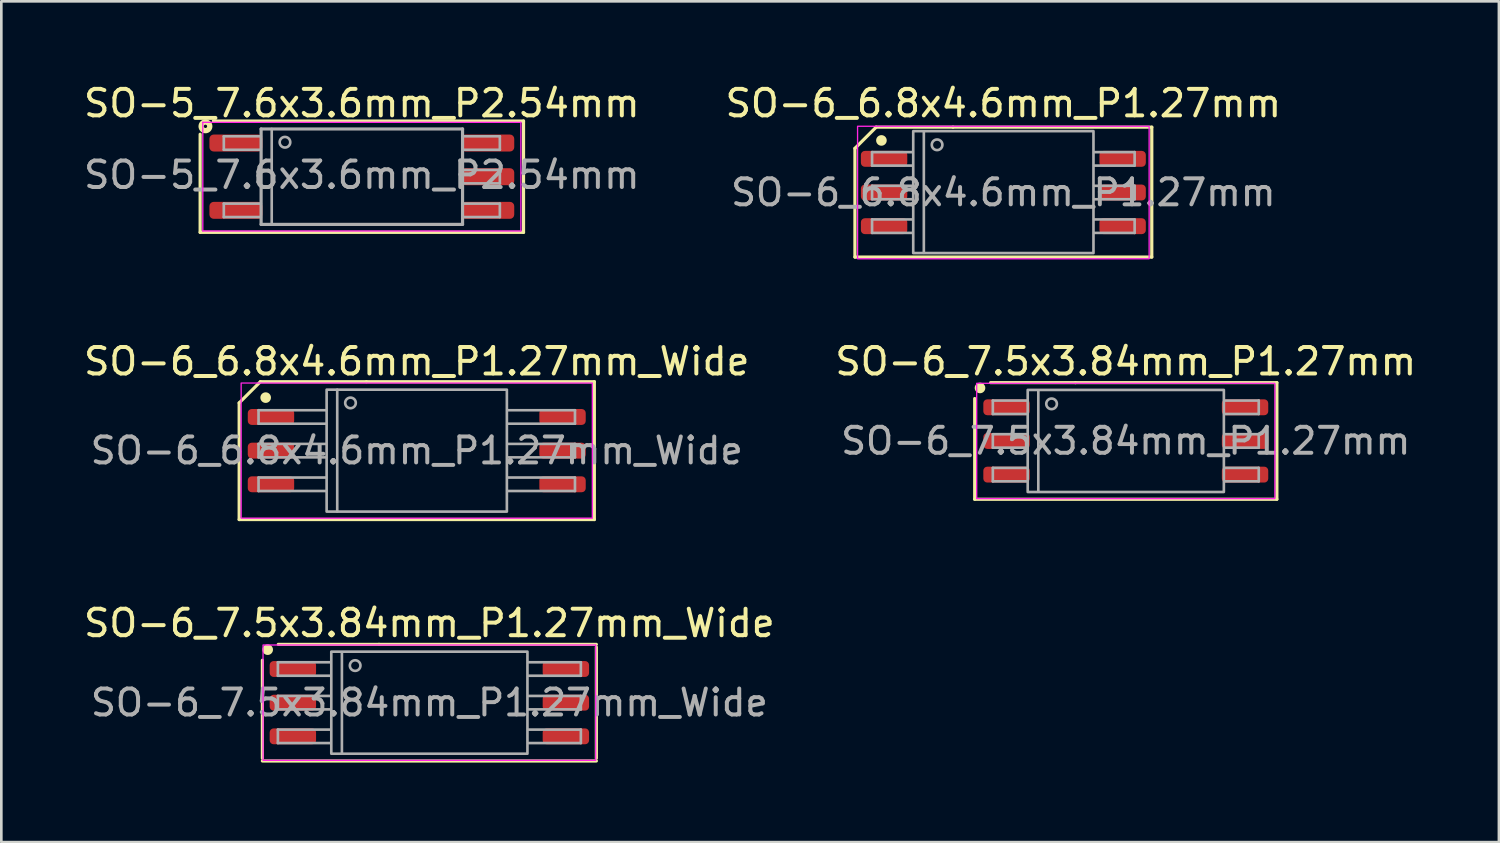
<source format=kicad_pcb>
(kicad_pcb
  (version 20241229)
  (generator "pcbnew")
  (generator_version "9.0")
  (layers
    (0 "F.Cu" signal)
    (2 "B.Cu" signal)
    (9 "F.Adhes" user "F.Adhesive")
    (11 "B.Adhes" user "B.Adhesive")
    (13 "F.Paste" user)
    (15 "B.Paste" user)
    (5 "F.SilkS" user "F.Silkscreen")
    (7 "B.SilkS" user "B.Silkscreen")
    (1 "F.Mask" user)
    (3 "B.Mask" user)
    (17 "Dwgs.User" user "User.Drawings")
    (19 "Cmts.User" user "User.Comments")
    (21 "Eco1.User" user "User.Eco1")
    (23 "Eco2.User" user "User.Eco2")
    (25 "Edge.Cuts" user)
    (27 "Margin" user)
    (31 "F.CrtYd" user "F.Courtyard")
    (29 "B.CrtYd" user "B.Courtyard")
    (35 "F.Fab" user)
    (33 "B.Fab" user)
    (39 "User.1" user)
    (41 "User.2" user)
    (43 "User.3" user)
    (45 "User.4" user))
  (footprint "SO-5_7.6x3.6mm_P2.54mm"
    (layer "F.Cu")
    (at 10.601 3.616)
    (property "Reference" "SO-5_7.6x3.6mm_P2.54mm" (at 0 -2.768 0) (layer "F.SilkS") (effects (font (size 1 1) (thickness 0.15))))
    (attr smd)
    (fp_line (start -6.1 -1.6) (end -6.1 2.1) (stroke (width 0.12) (type solid)) (layer "F.SilkS"))
    (fp_line (start -6.1 2.1) (end 6.1 2.1) (stroke (width 0.12) (type solid)) (layer "F.SilkS"))
    (fp_line (start 6.1 -2.1) (end -5.6 -2.1) (stroke (width 0.12) (type solid)) (layer "F.SilkS"))
    (fp_line (start 6.1 2.1) (end 6.1 -2.1) (stroke (width 0.12) (type solid)) (layer "F.SilkS"))
    (fp_circle (center -5.9 -1.9) (end -5.837 -1.9) (stroke (width 0.2) (type solid)) (fill no) (layer "F.SilkS"))
    (fp_line (start -6 -2.05) (end -6 2.05) (stroke (width 0.05) (type solid)) (layer "F.CrtYd"))
    (fp_line (start -6 -2.05) (end 6 -2.05) (stroke (width 0.05) (type solid)) (layer "F.CrtYd"))
    (fp_line (start 6 2.05) (end -6 2.05) (stroke (width 0.05) (type solid)) (layer "F.CrtYd"))
    (fp_line (start 6 2.05) (end 6 -2.05) (stroke (width 0.05) (type solid)) (layer "F.CrtYd"))
    (fp_line (start -5.207 -1.524) (end -5.207 -1.016) (stroke (width 0.1) (type solid)) (layer "F.Fab"))
    (fp_line (start -5.207 -1.524) (end -3.81 -1.524) (stroke (width 0.1) (type solid)) (layer "F.Fab"))
    (fp_line (start -5.207 -1.016) (end -3.81 -1.016) (stroke (width 0.1) (type solid)) (layer "F.Fab"))
    (fp_line (start -5.207 1.016) (end -5.207 1.524) (stroke (width 0.1) (type solid)) (layer "F.Fab"))
    (fp_line (start -5.207 1.016) (end -3.81 1.016) (stroke (width 0.1) (type solid)) (layer "F.Fab"))
    (fp_line (start -5.207 1.524) (end -3.81 1.524) (stroke (width 0.1) (type solid)) (layer "F.Fab"))
    (fp_line (start -3.8 -1.8) (end 3.8 -1.8) (stroke (width 0.12) (type solid)) (layer "F.Fab"))
    (fp_line (start -3.8 1.8) (end -3.8 -1.8) (stroke (width 0.12) (type solid)) (layer "F.Fab"))
    (fp_line (start -3.4 -1.8) (end -3.4 1.8) (stroke (width 0.1) (type solid)) (layer "F.Fab"))
    (fp_line (start 3.8 -1.8) (end 3.8 1.8) (stroke (width 0.12) (type solid)) (layer "F.Fab"))
    (fp_line (start 3.8 1.8) (end -3.8 1.8) (stroke (width 0.12) (type solid)) (layer "F.Fab"))
    (fp_line (start 5.207 -1.524) (end 3.81 -1.524) (stroke (width 0.1) (type solid)) (layer "F.Fab"))
    (fp_line (start 5.207 -1.016) (end 3.81 -1.016) (stroke (width 0.1) (type solid)) (layer "F.Fab"))
    (fp_line (start 5.207 -1.016) (end 5.207 -1.524) (stroke (width 0.1) (type solid)) (layer "F.Fab"))
    (fp_line (start 5.207 -0.254) (end 3.81 -0.254) (stroke (width 0.1) (type solid)) (layer "F.Fab"))
    (fp_line (start 5.207 0.254) (end 3.81 0.254) (stroke (width 0.1) (type solid)) (layer "F.Fab"))
    (fp_line (start 5.207 0.254) (end 5.207 -0.254) (stroke (width 0.1) (type solid)) (layer "F.Fab"))
    (fp_line (start 5.207 1.016) (end 3.81 1.016) (stroke (width 0.1) (type solid)) (layer "F.Fab"))
    (fp_line (start 5.207 1.524) (end 3.81 1.524) (stroke (width 0.1) (type solid)) (layer "F.Fab"))
    (fp_line (start 5.207 1.524) (end 5.207 1.016) (stroke (width 0.1) (type solid)) (layer "F.Fab"))
    (fp_circle (center -2.9 -1.3) (end -2.7 -1.3) (stroke (width 0.1) (type solid)) (fill no) (layer "F.Fab"))
    (fp_text user "${REFERENCE}" (at 0 -0.065 0) (layer "F.Fab") (effects (font (size 1 1) (thickness 0.15))))
    (pad "1" smd roundrect (at -4.75 -1.27) (size 2 0.64) (layers "F.Cu" "F.Mask" "F.Paste") (roundrect_rratio 0.25))
    (pad "3" smd roundrect (at -4.75 1.27) (size 2 0.64) (layers "F.Cu" "F.Mask" "F.Paste") (roundrect_rratio 0.25))
    (pad "4" smd roundrect (at 4.75 1.27) (size 2 0.64) (layers "F.Cu" "F.Mask" "F.Paste") (roundrect_rratio 0.25))
    (pad "5" smd roundrect (at 4.75 0) (size 2 0.64) (layers "F.Cu" "F.Mask" "F.Paste") (roundrect_rratio 0.25))
    (pad "6" smd roundrect (at 4.75 -1.27) (size 2 0.64) (layers "F.Cu" "F.Mask" "F.Paste") (roundrect_rratio 0.25)))
  (footprint "SO-6_6.8x4.6mm_P1.27mm"
    (layer "F.Cu")
    (at 34.804 4.213)
    (property "Reference" "SO-6_6.8x4.6mm_P1.27mm" (at 0 -3.365 0) (layer "F.SilkS") (effects (font (size 1 1) (thickness 0.15))))
    (attr smd)
    (fp_line (start -5.6 -1.665) (end -4.8 -2.465) (stroke (width 0.12) (type solid)) (layer "F.SilkS"))
    (fp_line (start -5.6 2.435) (end -5.6 -1.665) (stroke (width 0.12) (type solid)) (layer "F.SilkS"))
    (fp_line (start -1.9 -2.465) (end -4.8 -2.465) (stroke (width 0.12) (type solid)) (layer "F.SilkS"))
    (fp_line (start -1.9 -2.465) (end 5.6 -2.465) (stroke (width 0.12) (type solid)) (layer "F.SilkS"))
    (fp_line (start 5.6 -2.465) (end 5.6 2.435) (stroke (width 0.12) (type solid)) (layer "F.SilkS"))
    (fp_line (start 5.6 2.435) (end -5.6 2.435) (stroke (width 0.12) (type solid)) (layer "F.SilkS"))
    (fp_circle (center -4.6 -1.965) (end -4.5 -1.965) (stroke (width 0.2) (type solid)) (fill yes) (layer "F.SilkS"))
    (fp_rect (start -5.5 -2.5) (end 5.5 2.5) (stroke (width 0.05) (type solid)) (fill no) (layer "F.CrtYd"))
    (fp_line (start -4.953 -1.524) (end -4.953 -1.016) (stroke (width 0.1) (type solid)) (layer "F.Fab"))
    (fp_line (start -4.953 -1.524) (end -3.429 -1.524) (stroke (width 0.1) (type solid)) (layer "F.Fab"))
    (fp_line (start -4.953 -1.016) (end -3.429 -1.016) (stroke (width 0.1) (type solid)) (layer "F.Fab"))
    (fp_line (start -4.953 -0.254) (end -4.953 0.254) (stroke (width 0.1) (type solid)) (layer "F.Fab"))
    (fp_line (start -4.953 -0.254) (end -3.429 -0.254) (stroke (width 0.1) (type solid)) (layer "F.Fab"))
    (fp_line (start -4.953 0.254) (end -3.429 0.254) (stroke (width 0.1) (type solid)) (layer "F.Fab"))
    (fp_line (start -4.953 1.016) (end -4.953 1.524) (stroke (width 0.1) (type solid)) (layer "F.Fab"))
    (fp_line (start -4.953 1.016) (end -3.429 1.016) (stroke (width 0.1) (type solid)) (layer "F.Fab"))
    (fp_line (start -4.953 1.524) (end -3.429 1.524) (stroke (width 0.1) (type solid)) (layer "F.Fab"))
    (fp_line (start -3 -2.3) (end -3 2.275) (stroke (width 0.1) (type solid)) (layer "F.Fab"))
    (fp_line (start 4.953 -1.524) (end 3.429 -1.524) (stroke (width 0.1) (type solid)) (layer "F.Fab"))
    (fp_line (start 4.953 -1.016) (end 3.429 -1.016) (stroke (width 0.1) (type solid)) (layer "F.Fab"))
    (fp_line (start 4.953 -1.016) (end 4.953 -1.524) (stroke (width 0.1) (type solid)) (layer "F.Fab"))
    (fp_line (start 4.953 -0.254) (end 3.429 -0.254) (stroke (width 0.1) (type solid)) (layer "F.Fab"))
    (fp_line (start 4.953 0.254) (end 3.429 0.254) (stroke (width 0.1) (type solid)) (layer "F.Fab"))
    (fp_line (start 4.953 0.254) (end 4.953 -0.254) (stroke (width 0.1) (type solid)) (layer "F.Fab"))
    (fp_line (start 4.953 1.016) (end 3.429 1.016) (stroke (width 0.1) (type solid)) (layer "F.Fab"))
    (fp_line (start 4.953 1.524) (end 3.429 1.524) (stroke (width 0.1) (type solid)) (layer "F.Fab"))
    (fp_line (start 4.953 1.524) (end 4.953 1.016) (stroke (width 0.1) (type solid)) (layer "F.Fab"))
    (fp_rect (start -3.4 -2.315) (end 3.4 2.285) (stroke (width 0.1) (type solid)) (fill no) (layer "F.Fab"))
    (fp_circle (center -2.5 -1.8) (end -2.3 -1.8) (stroke (width 0.1) (type solid)) (fill no) (layer "F.Fab"))
    (fp_text user "${REFERENCE}" (at 0 0 0) (layer "F.Fab") (effects (font (size 0.98 0.98) (thickness 0.15))))
    (pad "1" smd roundrect (at -4.5 -1.27) (size 1.75 0.6) (layers "F.Cu" "F.Mask" "F.Paste") (roundrect_rratio 0.25))
    (pad "2" smd roundrect (at -4.5 0) (size 1.75 0.6) (layers "F.Cu" "F.Mask" "F.Paste") (roundrect_rratio 0.25))
    (pad "3" smd roundrect (at -4.5 1.27) (size 1.75 0.6) (layers "F.Cu" "F.Mask" "F.Paste") (roundrect_rratio 0.25))
    (pad "4" smd roundrect (at 4.5 1.27) (size 1.75 0.6) (layers "F.Cu" "F.Mask" "F.Paste") (roundrect_rratio 0.25))
    (pad "5" smd roundrect (at 4.5 0) (size 1.75 0.6) (layers "F.Cu" "F.Mask" "F.Paste") (roundrect_rratio 0.25))
    (pad "6" smd roundrect (at 4.5 -1.27) (size 1.75 0.6) (layers "F.Cu" "F.Mask" "F.Paste") (roundrect_rratio 0.25)))
  (footprint "SO-6_6.8x4.6mm_P1.27mm_Wide"
    (layer "F.Cu")
    (at 12.673 13.951)
    (property "Reference" "SO-6_6.8x4.6mm_P1.27mm_Wide" (at 0 -3.365 0) (layer "F.SilkS") (effects (font (size 1 1) (thickness 0.15))))
    (attr smd)
    (fp_line (start -6.7 -1.8) (end -5.9 -2.6) (stroke (width 0.12) (type solid)) (layer "F.SilkS"))
    (fp_line (start -6.7 2.6) (end -6.7 -1.8) (stroke (width 0.12) (type solid)) (layer "F.SilkS"))
    (fp_line (start -1.9 -2.6) (end -5.9 -2.6) (stroke (width 0.12) (type solid)) (layer "F.SilkS"))
    (fp_line (start -1.9 -2.6) (end 6.7 -2.6) (stroke (width 0.12) (type solid)) (layer "F.SilkS"))
    (fp_line (start 6.7 -2.6) (end 6.7 2.6) (stroke (width 0.12) (type solid)) (layer "F.SilkS"))
    (fp_line (start 6.7 2.6) (end -6.7 2.6) (stroke (width 0.12) (type solid)) (layer "F.SilkS"))
    (fp_circle (center -5.7 -2) (end -5.6 -2) (stroke (width 0.2) (type solid)) (fill yes) (layer "F.SilkS"))
    (fp_rect (start -6.625 -2.55) (end 6.625 2.55) (stroke (width 0.05) (type solid)) (fill no) (layer "F.CrtYd"))
    (fp_line (start -5.969 -1.524) (end -5.969 -1.016) (stroke (width 0.1) (type solid)) (layer "F.Fab"))
    (fp_line (start -5.969 -1.524) (end -3.429 -1.524) (stroke (width 0.1) (type solid)) (layer "F.Fab"))
    (fp_line (start -5.969 -1.016) (end -3.429 -1.016) (stroke (width 0.1) (type solid)) (layer "F.Fab"))
    (fp_line (start -5.969 -0.254) (end -5.969 0.254) (stroke (width 0.1) (type solid)) (layer "F.Fab"))
    (fp_line (start -5.969 -0.254) (end -3.429 -0.254) (stroke (width 0.1) (type solid)) (layer "F.Fab"))
    (fp_line (start -5.969 0.254) (end -3.429 0.254) (stroke (width 0.1) (type solid)) (layer "F.Fab"))
    (fp_line (start -5.969 1.016) (end -5.969 1.524) (stroke (width 0.1) (type solid)) (layer "F.Fab"))
    (fp_line (start -5.969 1.016) (end -3.429 1.016) (stroke (width 0.1) (type solid)) (layer "F.Fab"))
    (fp_line (start -5.969 1.524) (end -3.429 1.524) (stroke (width 0.1) (type solid)) (layer "F.Fab"))
    (fp_line (start -3 -2.3) (end -3 2.3) (stroke (width 0.1) (type solid)) (layer "F.Fab"))
    (fp_line (start 5.969 -1.524) (end 3.429 -1.524) (stroke (width 0.1) (type solid)) (layer "F.Fab"))
    (fp_line (start 5.969 -1.016) (end 3.429 -1.016) (stroke (width 0.1) (type solid)) (layer "F.Fab"))
    (fp_line (start 5.969 -1.016) (end 5.969 -1.524) (stroke (width 0.1) (type solid)) (layer "F.Fab"))
    (fp_line (start 5.969 -0.254) (end 3.429 -0.254) (stroke (width 0.1) (type solid)) (layer "F.Fab"))
    (fp_line (start 5.969 0.254) (end 3.429 0.254) (stroke (width 0.1) (type solid)) (layer "F.Fab"))
    (fp_line (start 5.969 0.254) (end 5.969 -0.254) (stroke (width 0.1) (type solid)) (layer "F.Fab"))
    (fp_line (start 5.969 1.016) (end 3.429 1.016) (stroke (width 0.1) (type solid)) (layer "F.Fab"))
    (fp_line (start 5.969 1.524) (end 3.429 1.524) (stroke (width 0.1) (type solid)) (layer "F.Fab"))
    (fp_line (start 5.969 1.524) (end 5.969 1.016) (stroke (width 0.1) (type solid)) (layer "F.Fab"))
    (fp_rect (start -3.4 -2.3) (end 3.4 2.3) (stroke (width 0.1) (type solid)) (fill no) (layer "F.Fab"))
    (fp_circle (center -2.5 -1.8) (end -2.3 -1.8) (stroke (width 0.1) (type solid)) (fill no) (layer "F.Fab"))
    (fp_text user "${REFERENCE}" (at 0 0 0) (layer "F.Fab") (effects (font (size 0.98 0.98) (thickness 0.15))))
    (pad "1" smd roundrect (at -5.5 -1.27) (size 1.75 0.6) (layers "F.Cu" "F.Mask" "F.Paste") (roundrect_rratio 0.25))
    (pad "2" smd roundrect (at -5.5 0) (size 1.75 0.6) (layers "F.Cu" "F.Mask" "F.Paste") (roundrect_rratio 0.25))
    (pad "3" smd roundrect (at -5.5 1.27) (size 1.75 0.6) (layers "F.Cu" "F.Mask" "F.Paste") (roundrect_rratio 0.25))
    (pad "6" smd roundrect (at 5.5 1.27) (size 1.75 0.6) (layers "F.Cu" "F.Mask" "F.Paste") (roundrect_rratio 0.25))
    (pad "7" smd roundrect (at 5.5 0) (size 1.75 0.6) (layers "F.Cu" "F.Mask" "F.Paste") (roundrect_rratio 0.25))
    (pad "8" smd roundrect (at 5.5 -1.27) (size 1.75 0.6) (layers "F.Cu" "F.Mask" "F.Paste") (roundrect_rratio 0.25)))
  (footprint "SO-6_7.5x3.84mm_P1.27mm_Wide"
    (layer "F.Cu")
    (at 13.149 23.46)
    (property "Reference" "SO-6_7.5x3.84mm_P1.27mm_Wide" (at 0 -3 0) (layer "F.SilkS") (effects (font (size 1 1) (thickness 0.15))))
    (attr smd)
    (fp_line (start -6.3 2.1) (end -6.3 -1.6) (stroke (width 0.12) (type solid)) (layer "F.SilkS"))
    (fp_line (start -1.9 -2.2) (end -5.7 -2.2) (stroke (width 0.12) (type solid)) (layer "F.SilkS"))
    (fp_line (start -1.9 -2.2) (end 6.3 -2.2) (stroke (width 0.12) (type solid)) (layer "F.SilkS"))
    (fp_line (start 6.3 -2.1) (end 6.3 2.1) (stroke (width 0.12) (type solid)) (layer "F.SilkS"))
    (fp_line (start 6.3 2.2) (end -6.3 2.2) (stroke (width 0.12) (type solid)) (layer "F.SilkS"))
    (fp_circle (center -6.1 -2) (end -6 -2) (stroke (width 0.2) (type solid)) (fill yes) (layer "F.SilkS"))
    (fp_rect (start -6.275 -2.175) (end 6.275 2.175) (stroke (width 0.05) (type solid)) (fill no) (layer "F.CrtYd"))
    (fp_line (start -5.715 -1.524) (end -5.715 -1.016) (stroke (width 0.1) (type solid)) (layer "F.Fab"))
    (fp_line (start -5.715 -1.524) (end -3.747 -1.524) (stroke (width 0.1) (type solid)) (layer "F.Fab"))
    (fp_line (start -5.715 -1.016) (end -3.747 -1.016) (stroke (width 0.1) (type solid)) (layer "F.Fab"))
    (fp_line (start -5.715 -0.254) (end -5.715 0.254) (stroke (width 0.1) (type solid)) (layer "F.Fab"))
    (fp_line (start -5.715 -0.254) (end -3.747 -0.254) (stroke (width 0.1) (type solid)) (layer "F.Fab"))
    (fp_line (start -5.715 0.254) (end -3.747 0.254) (stroke (width 0.1) (type solid)) (layer "F.Fab"))
    (fp_line (start -5.715 1.016) (end -5.715 1.524) (stroke (width 0.1) (type solid)) (layer "F.Fab"))
    (fp_line (start -5.715 1.016) (end -3.747 1.016) (stroke (width 0.1) (type solid)) (layer "F.Fab"))
    (fp_line (start -5.715 1.524) (end -3.747 1.524) (stroke (width 0.1) (type solid)) (layer "F.Fab"))
    (fp_line (start -3.3 -1.9) (end -3.3 1.9) (stroke (width 0.1) (type solid)) (layer "F.Fab"))
    (fp_line (start 5.715 -1.524) (end 3.747 -1.524) (stroke (width 0.1) (type solid)) (layer "F.Fab"))
    (fp_line (start 5.715 -1.016) (end 3.747 -1.016) (stroke (width 0.1) (type solid)) (layer "F.Fab"))
    (fp_line (start 5.715 -1.016) (end 5.715 -1.524) (stroke (width 0.1) (type solid)) (layer "F.Fab"))
    (fp_line (start 5.715 -0.254) (end 3.747 -0.254) (stroke (width 0.1) (type solid)) (layer "F.Fab"))
    (fp_line (start 5.715 0.254) (end 3.747 0.254) (stroke (width 0.1) (type solid)) (layer "F.Fab"))
    (fp_line (start 5.715 0.254) (end 5.715 -0.254) (stroke (width 0.1) (type solid)) (layer "F.Fab"))
    (fp_line (start 5.715 1.016) (end 3.747 1.016) (stroke (width 0.1) (type solid)) (layer "F.Fab"))
    (fp_line (start 5.715 1.524) (end 3.747 1.524) (stroke (width 0.1) (type solid)) (layer "F.Fab"))
    (fp_line (start 5.715 1.524) (end 5.715 1.016) (stroke (width 0.1) (type solid)) (layer "F.Fab"))
    (fp_rect (start -3.7 -1.925) (end 3.7 1.925) (stroke (width 0.1) (type solid)) (fill no) (layer "F.Fab"))
    (fp_circle (center -2.8 -1.4) (end -2.6 -1.4) (stroke (width 0.1) (type solid)) (fill no) (layer "F.Fab"))
    (fp_text user "${REFERENCE}" (at 0 0 0) (layer "F.Fab") (effects (font (size 0.98 0.98) (thickness 0.15))))
    (pad "1" smd roundrect (at -5.15 -1.27) (size 1.75 0.6) (layers "F.Cu" "F.Mask" "F.Paste") (roundrect_rratio 0.25))
    (pad "2" smd roundrect (at -5.15 0) (size 1.75 0.6) (layers "F.Cu" "F.Mask" "F.Paste") (roundrect_rratio 0.25))
    (pad "3" smd roundrect (at -5.15 1.27) (size 1.75 0.6) (layers "F.Cu" "F.Mask" "F.Paste") (roundrect_rratio 0.25))
    (pad "4" smd roundrect (at 5.15 1.27) (size 1.75 0.6) (layers "F.Cu" "F.Mask" "F.Paste") (roundrect_rratio 0.25))
    (pad "5" smd roundrect (at 5.15 0) (size 1.75 0.6) (layers "F.Cu" "F.Mask" "F.Paste") (roundrect_rratio 0.25))
    (pad "6" smd roundrect (at 5.15 -1.27) (size 1.75 0.6) (layers "F.Cu" "F.Mask" "F.Paste") (roundrect_rratio 0.25)))
  (footprint "SO-6_7.5x3.84mm_P1.27mm"
    (layer "F.Cu")
    (at 39.423 13.586)
    (property "Reference" "SO-6_7.5x3.84mm_P1.27mm" (at 0 -3 0) (layer "F.SilkS") (effects (font (size 1 1) (thickness 0.15))))
    (attr smd)
    (fp_line (start -5.7 2.2) (end -5.7 -1.6) (stroke (width 0.12) (type solid)) (layer "F.SilkS"))
    (fp_line (start -1.9 -2.2) (end -5.1 -2.2) (stroke (width 0.12) (type solid)) (layer "F.SilkS"))
    (fp_line (start -1.9 -2.2) (end 5.7 -2.2) (stroke (width 0.12) (type solid)) (layer "F.SilkS"))
    (fp_line (start 5.7 -2.2) (end 5.7 2.2) (stroke (width 0.12) (type solid)) (layer "F.SilkS"))
    (fp_line (start 5.7 2.2) (end -5.7 2.2) (stroke (width 0.12) (type solid)) (layer "F.SilkS"))
    (fp_circle (center -5.5 -2) (end -5.4 -2) (stroke (width 0.2) (type solid)) (fill yes) (layer "F.SilkS"))
    (fp_rect (start -5.625 -2.175) (end 5.625 2.175) (stroke (width 0.05) (type solid)) (fill no) (layer "F.CrtYd"))
    (fp_line (start -5.016 -1.524) (end -5.016 -1.016) (stroke (width 0.1) (type solid)) (layer "F.Fab"))
    (fp_line (start -5.016 -1.524) (end -3.747 -1.524) (stroke (width 0.1) (type solid)) (layer "F.Fab"))
    (fp_line (start -5.016 -1.016) (end -3.747 -1.016) (stroke (width 0.1) (type solid)) (layer "F.Fab"))
    (fp_line (start -5.016 -0.254) (end -5.016 0.254) (stroke (width 0.1) (type solid)) (layer "F.Fab"))
    (fp_line (start -5.016 -0.254) (end -3.747 -0.254) (stroke (width 0.1) (type solid)) (layer "F.Fab"))
    (fp_line (start -5.016 0.254) (end -3.747 0.254) (stroke (width 0.1) (type solid)) (layer "F.Fab"))
    (fp_line (start -5.016 1.016) (end -5.016 1.524) (stroke (width 0.1) (type solid)) (layer "F.Fab"))
    (fp_line (start -5.016 1.016) (end -3.747 1.016) (stroke (width 0.1) (type solid)) (layer "F.Fab"))
    (fp_line (start -5.016 1.524) (end -3.747 1.524) (stroke (width 0.1) (type solid)) (layer "F.Fab"))
    (fp_line (start -3.3 -1.9) (end -3.3 1.9) (stroke (width 0.1) (type solid)) (layer "F.Fab"))
    (fp_line (start 5.016 -1.524) (end 3.747 -1.524) (stroke (width 0.1) (type solid)) (layer "F.Fab"))
    (fp_line (start 5.016 -1.016) (end 3.747 -1.016) (stroke (width 0.1) (type solid)) (layer "F.Fab"))
    (fp_line (start 5.016 -1.016) (end 5.016 -1.524) (stroke (width 0.1) (type solid)) (layer "F.Fab"))
    (fp_line (start 5.016 -0.254) (end 3.747 -0.254) (stroke (width 0.1) (type solid)) (layer "F.Fab"))
    (fp_line (start 5.016 0.254) (end 3.747 0.254) (stroke (width 0.1) (type solid)) (layer "F.Fab"))
    (fp_line (start 5.016 0.254) (end 5.016 -0.254) (stroke (width 0.1) (type solid)) (layer "F.Fab"))
    (fp_line (start 5.016 1.016) (end 3.747 1.016) (stroke (width 0.1) (type solid)) (layer "F.Fab"))
    (fp_line (start 5.016 1.524) (end 3.747 1.524) (stroke (width 0.1) (type solid)) (layer "F.Fab"))
    (fp_line (start 5.016 1.524) (end 5.016 1.016) (stroke (width 0.1) (type solid)) (layer "F.Fab"))
    (fp_rect (start -3.7 -1.925) (end 3.7 1.925) (stroke (width 0.1) (type solid)) (fill no) (layer "F.Fab"))
    (fp_circle (center -2.8 -1.4) (end -2.6 -1.4) (stroke (width 0.1) (type solid)) (fill no) (layer "F.Fab"))
    (fp_text user "${REFERENCE}" (at 0 0 0) (layer "F.Fab") (effects (font (size 0.98 0.98) (thickness 0.15))))
    (pad "1" smd roundrect (at -4.5 -1.27) (size 1.75 0.6) (layers "F.Cu" "F.Mask" "F.Paste") (roundrect_rratio 0.25))
    (pad "2" smd roundrect (at -4.5 0) (size 1.75 0.6) (layers "F.Cu" "F.Mask" "F.Paste") (roundrect_rratio 0.25))
    (pad "3" smd roundrect (at -4.5 1.27) (size 1.75 0.6) (layers "F.Cu" "F.Mask" "F.Paste") (roundrect_rratio 0.25))
    (pad "4" smd roundrect (at 4.5 1.27) (size 1.75 0.6) (layers "F.Cu" "F.Mask" "F.Paste") (roundrect_rratio 0.25))
    (pad "5" smd roundrect (at 4.5 0) (size 1.75 0.6) (layers "F.Cu" "F.Mask" "F.Paste") (roundrect_rratio 0.25))
    (pad "6" smd roundrect (at 4.5 -1.27) (size 1.75 0.6) (layers "F.Cu" "F.Mask" "F.Paste") (roundrect_rratio 0.25)))
  (gr_rect
    (start -3 -3)
    (end 53.5 28.72)
    (stroke (width 0.1) (type default))
    (fill no)
    (layer "Edge.Cuts")))
</source>
